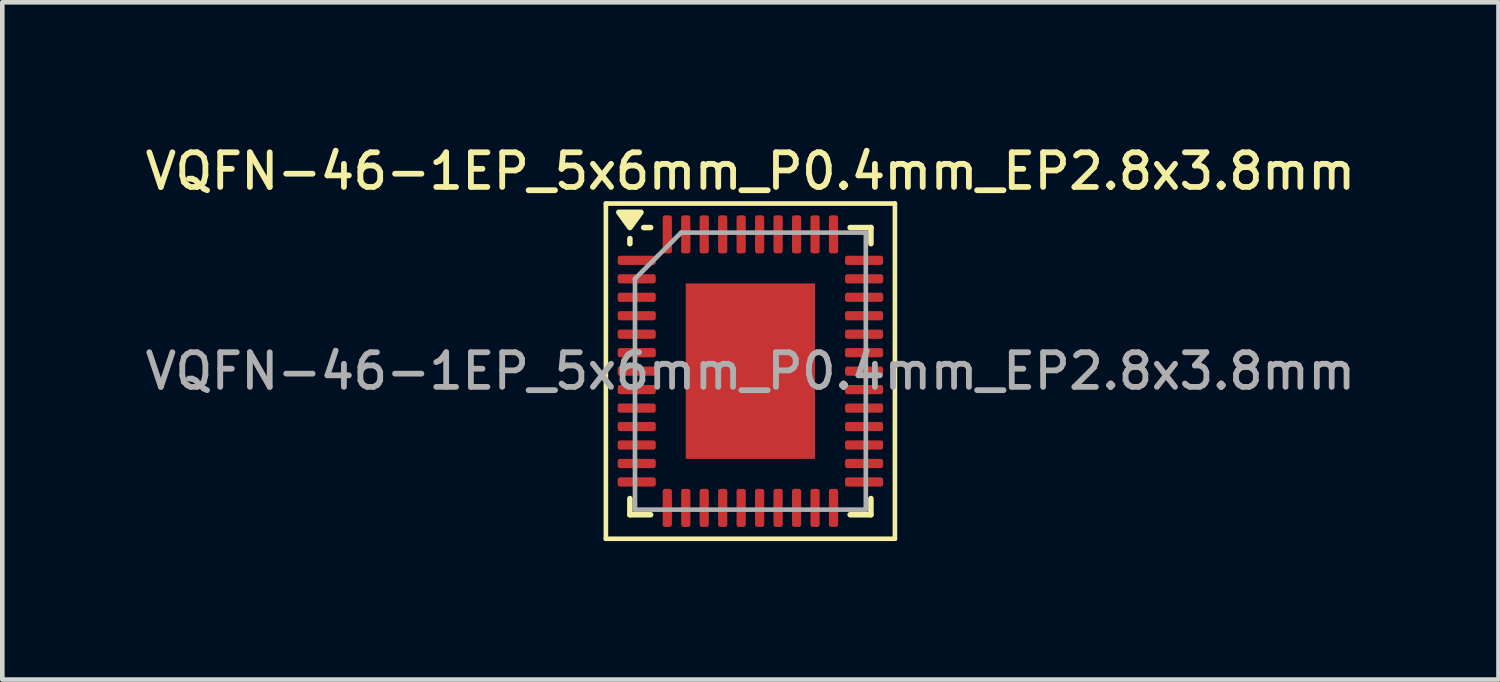
<source format=kicad_pcb>
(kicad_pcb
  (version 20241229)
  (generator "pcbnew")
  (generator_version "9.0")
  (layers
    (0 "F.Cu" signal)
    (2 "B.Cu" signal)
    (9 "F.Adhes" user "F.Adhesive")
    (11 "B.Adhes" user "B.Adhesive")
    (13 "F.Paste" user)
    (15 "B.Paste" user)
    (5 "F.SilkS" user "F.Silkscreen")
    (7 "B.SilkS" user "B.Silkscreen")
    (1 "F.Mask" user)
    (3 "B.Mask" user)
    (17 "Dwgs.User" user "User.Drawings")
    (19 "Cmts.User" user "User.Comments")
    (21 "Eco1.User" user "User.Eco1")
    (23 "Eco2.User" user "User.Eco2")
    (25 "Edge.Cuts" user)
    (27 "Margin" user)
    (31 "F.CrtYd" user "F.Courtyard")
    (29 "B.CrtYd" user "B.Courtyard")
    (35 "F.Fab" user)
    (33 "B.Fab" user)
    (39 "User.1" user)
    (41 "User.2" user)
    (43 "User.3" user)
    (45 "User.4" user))
  (footprint "VQFN-46-1EP_5x6mm_P0.4mm_EP2.8x3.8mm"
    (layer "F.Cu")
    (at 13.202 4.988)
    (property "Reference" "VQFN-46-1EP_5x6mm_P0.4mm_EP2.8x3.8mm" (at 0 -4.33 0) (layer "F.SilkS") (effects (font (size 0.75 0.75) (thickness 0.125))))
    (attr smd)
    (fp_line (start -3.13 -3.63) (end -3.13 3.63) (stroke (width 0.1) (type solid)) (layer "F.SilkS"))
    (fp_line (start -3.13 3.63) (end 3.13 3.63) (stroke (width 0.1) (type solid)) (layer "F.SilkS"))
    (fp_line (start -2.61 -2.76) (end -2.61 -2.87) (stroke (width 0.12) (type solid)) (layer "F.SilkS"))
    (fp_line (start -2.61 3.11) (end -2.61 2.76) (stroke (width 0.12) (type solid)) (layer "F.SilkS"))
    (fp_line (start -2.16 -3.11) (end -2.31 -3.11) (stroke (width 0.12) (type solid)) (layer "F.SilkS"))
    (fp_line (start -2.16 3.11) (end -2.61 3.11) (stroke (width 0.12) (type solid)) (layer "F.SilkS"))
    (fp_line (start 2.16 -3.11) (end 2.61 -3.11) (stroke (width 0.12) (type solid)) (layer "F.SilkS"))
    (fp_line (start 2.16 3.11) (end 2.61 3.11) (stroke (width 0.12) (type solid)) (layer "F.SilkS"))
    (fp_line (start 2.61 -3.11) (end 2.61 -2.76) (stroke (width 0.12) (type solid)) (layer "F.SilkS"))
    (fp_line (start 2.61 3.11) (end 2.61 2.76) (stroke (width 0.12) (type solid)) (layer "F.SilkS"))
    (fp_line (start 3.13 -3.63) (end -3.13 -3.63) (stroke (width 0.1) (type solid)) (layer "F.SilkS"))
    (fp_line (start 3.13 3.63) (end 3.13 -3.63) (stroke (width 0.1) (type solid)) (layer "F.SilkS"))
    (fp_poly (pts (xy -2.61 -3.11) (xy -2.85 -3.44) (xy -2.37 -3.44) (xy -2.61 -3.11)) (stroke (width 0.12) (type solid)) (fill yes) (layer "F.SilkS"))
    (fp_line (start -2.5 -2) (end -1.5 -3) (stroke (width 0.1) (type solid)) (layer "F.Fab"))
    (fp_line (start -2.5 3) (end -2.5 -2) (stroke (width 0.1) (type solid)) (layer "F.Fab"))
    (fp_line (start -1.5 -3) (end 2.5 -3) (stroke (width 0.1) (type solid)) (layer "F.Fab"))
    (fp_line (start 2.5 -3) (end 2.5 3) (stroke (width 0.1) (type solid)) (layer "F.Fab"))
    (fp_line (start 2.5 3) (end -2.5 3) (stroke (width 0.1) (type solid)) (layer "F.Fab"))
    (fp_text user "${REFERENCE}" (at 0 0 0) (layer "F.Fab") (effects (font (size 0.75 0.75) (thickness 0.125))))
    (pad "" smd roundrect (at -0.7 -1.27) (size 1.13 1.02) (layers "F.Paste") (roundrect_rratio 0.245))
    (pad "" smd roundrect (at -0.7 0) (size 1.13 1.02) (layers "F.Paste") (roundrect_rratio 0.245))
    (pad "" smd roundrect (at -0.7 1.27) (size 1.13 1.02) (layers "F.Paste") (roundrect_rratio 0.245))
    (pad "" smd roundrect (at 0.7 -1.27) (size 1.13 1.02) (layers "F.Paste") (roundrect_rratio 0.245))
    (pad "" smd roundrect (at 0.7 0) (size 1.13 1.02) (layers "F.Paste") (roundrect_rratio 0.245))
    (pad "" smd roundrect (at 0.7 1.27) (size 1.13 1.02) (layers "F.Paste") (roundrect_rratio 0.245))
    (pad "1" smd roundrect (at -2.462 -2.4) (size 0.825 0.2) (layers "F.Cu" "F.Mask" "F.Paste") (roundrect_rratio 0.25))
    (pad "2" smd roundrect (at -2.462 -2) (size 0.825 0.2) (layers "F.Cu" "F.Mask" "F.Paste") (roundrect_rratio 0.25))
    (pad "3" smd roundrect (at -2.462 -1.6) (size 0.825 0.2) (layers "F.Cu" "F.Mask" "F.Paste") (roundrect_rratio 0.25))
    (pad "4" smd roundrect (at -2.462 -1.2) (size 0.825 0.2) (layers "F.Cu" "F.Mask" "F.Paste") (roundrect_rratio 0.25))
    (pad "5" smd roundrect (at -2.462 -0.8) (size 0.825 0.2) (layers "F.Cu" "F.Mask" "F.Paste") (roundrect_rratio 0.25))
    (pad "6" smd roundrect (at -2.462 -0.4) (size 0.825 0.2) (layers "F.Cu" "F.Mask" "F.Paste") (roundrect_rratio 0.25))
    (pad "7" smd roundrect (at -2.462 0) (size 0.825 0.2) (layers "F.Cu" "F.Mask" "F.Paste") (roundrect_rratio 0.25))
    (pad "8" smd roundrect (at -2.462 0.4) (size 0.825 0.2) (layers "F.Cu" "F.Mask" "F.Paste") (roundrect_rratio 0.25))
    (pad "9" smd roundrect (at -2.462 0.8) (size 0.825 0.2) (layers "F.Cu" "F.Mask" "F.Paste") (roundrect_rratio 0.25))
    (pad "10" smd roundrect (at -2.462 1.2) (size 0.825 0.2) (layers "F.Cu" "F.Mask" "F.Paste") (roundrect_rratio 0.25))
    (pad "11" smd roundrect (at -2.462 1.6) (size 0.825 0.2) (layers "F.Cu" "F.Mask" "F.Paste") (roundrect_rratio 0.25))
    (pad "12" smd roundrect (at -2.462 2) (size 0.825 0.2) (layers "F.Cu" "F.Mask" "F.Paste") (roundrect_rratio 0.25))
    (pad "13" smd roundrect (at -2.462 2.4) (size 0.825 0.2) (layers "F.Cu" "F.Mask" "F.Paste") (roundrect_rratio 0.25))
    (pad "14" smd roundrect (at -1.8 2.962) (size 0.2 0.825) (layers "F.Cu" "F.Mask" "F.Paste") (roundrect_rratio 0.25))
    (pad "15" smd roundrect (at -1.4 2.962) (size 0.2 0.825) (layers "F.Cu" "F.Mask" "F.Paste") (roundrect_rratio 0.25))
    (pad "16" smd roundrect (at -1 2.962) (size 0.2 0.825) (layers "F.Cu" "F.Mask" "F.Paste") (roundrect_rratio 0.25))
    (pad "17" smd roundrect (at -0.6 2.962) (size 0.2 0.825) (layers "F.Cu" "F.Mask" "F.Paste") (roundrect_rratio 0.25))
    (pad "18" smd roundrect (at -0.2 2.962) (size 0.2 0.825) (layers "F.Cu" "F.Mask" "F.Paste") (roundrect_rratio 0.25))
    (pad "19" smd roundrect (at 0.2 2.962) (size 0.2 0.825) (layers "F.Cu" "F.Mask" "F.Paste") (roundrect_rratio 0.25))
    (pad "20" smd roundrect (at 0.6 2.962) (size 0.2 0.825) (layers "F.Cu" "F.Mask" "F.Paste") (roundrect_rratio 0.25))
    (pad "21" smd roundrect (at 1 2.962) (size 0.2 0.825) (layers "F.Cu" "F.Mask" "F.Paste") (roundrect_rratio 0.25))
    (pad "22" smd roundrect (at 1.4 2.962) (size 0.2 0.825) (layers "F.Cu" "F.Mask" "F.Paste") (roundrect_rratio 0.25))
    (pad "23" smd roundrect (at 1.8 2.962) (size 0.2 0.825) (layers "F.Cu" "F.Mask" "F.Paste") (roundrect_rratio 0.25))
    (pad "24" smd roundrect (at 2.462 2.4) (size 0.825 0.2) (layers "F.Cu" "F.Mask" "F.Paste") (roundrect_rratio 0.25))
    (pad "25" smd roundrect (at 2.462 2) (size 0.825 0.2) (layers "F.Cu" "F.Mask" "F.Paste") (roundrect_rratio 0.25))
    (pad "26" smd roundrect (at 2.462 1.6) (size 0.825 0.2) (layers "F.Cu" "F.Mask" "F.Paste") (roundrect_rratio 0.25))
    (pad "27" smd roundrect (at 2.462 1.2) (size 0.825 0.2) (layers "F.Cu" "F.Mask" "F.Paste") (roundrect_rratio 0.25))
    (pad "28" smd roundrect (at 2.462 0.8) (size 0.825 0.2) (layers "F.Cu" "F.Mask" "F.Paste") (roundrect_rratio 0.25))
    (pad "29" smd roundrect (at 2.462 0.4) (size 0.825 0.2) (layers "F.Cu" "F.Mask" "F.Paste") (roundrect_rratio 0.25))
    (pad "30" smd roundrect (at 2.462 0) (size 0.825 0.2) (layers "F.Cu" "F.Mask" "F.Paste") (roundrect_rratio 0.25))
    (pad "31" smd roundrect (at 2.462 -0.4) (size 0.825 0.2) (layers "F.Cu" "F.Mask" "F.Paste") (roundrect_rratio 0.25))
    (pad "32" smd roundrect (at 2.462 -0.8) (size 0.825 0.2) (layers "F.Cu" "F.Mask" "F.Paste") (roundrect_rratio 0.25))
    (pad "33" smd roundrect (at 2.462 -1.2) (size 0.825 0.2) (layers "F.Cu" "F.Mask" "F.Paste") (roundrect_rratio 0.25))
    (pad "34" smd roundrect (at 2.462 -1.6) (size 0.825 0.2) (layers "F.Cu" "F.Mask" "F.Paste") (roundrect_rratio 0.25))
    (pad "35" smd roundrect (at 2.462 -2) (size 0.825 0.2) (layers "F.Cu" "F.Mask" "F.Paste") (roundrect_rratio 0.25))
    (pad "36" smd roundrect (at 2.462 -2.4) (size 0.825 0.2) (layers "F.Cu" "F.Mask" "F.Paste") (roundrect_rratio 0.25))
    (pad "37" smd roundrect (at 1.8 -2.962) (size 0.2 0.825) (layers "F.Cu" "F.Mask" "F.Paste") (roundrect_rratio 0.25))
    (pad "38" smd roundrect (at 1.4 -2.962) (size 0.2 0.825) (layers "F.Cu" "F.Mask" "F.Paste") (roundrect_rratio 0.25))
    (pad "39" smd roundrect (at 1 -2.962) (size 0.2 0.825) (layers "F.Cu" "F.Mask" "F.Paste") (roundrect_rratio 0.25))
    (pad "40" smd roundrect (at 0.6 -2.962) (size 0.2 0.825) (layers "F.Cu" "F.Mask" "F.Paste") (roundrect_rratio 0.25))
    (pad "41" smd roundrect (at 0.2 -2.962) (size 0.2 0.825) (layers "F.Cu" "F.Mask" "F.Paste") (roundrect_rratio 0.25))
    (pad "42" smd roundrect (at -0.2 -2.962) (size 0.2 0.825) (layers "F.Cu" "F.Mask" "F.Paste") (roundrect_rratio 0.25))
    (pad "43" smd roundrect (at -0.6 -2.962) (size 0.2 0.825) (layers "F.Cu" "F.Mask" "F.Paste") (roundrect_rratio 0.25))
    (pad "44" smd roundrect (at -1 -2.962) (size 0.2 0.825) (layers "F.Cu" "F.Mask" "F.Paste") (roundrect_rratio 0.25))
    (pad "45" smd roundrect (at -1.4 -2.962) (size 0.2 0.825) (layers "F.Cu" "F.Mask" "F.Paste") (roundrect_rratio 0.25))
    (pad "46" smd roundrect (at -1.8 -2.962) (size 0.2 0.825) (layers "F.Cu" "F.Mask" "F.Paste") (roundrect_rratio 0.25))
    (pad "47" smd rect (at 0 0) (size 2.8 3.8) (property pad_prop_heatsink) (layers "F.Cu" "F.Mask")))
  (gr_rect
    (start -3 -3)
    (end 29.404 11.668)
    (stroke (width 0.1) (type default))
    (fill no)
    (layer "Edge.Cuts")))
</source>
